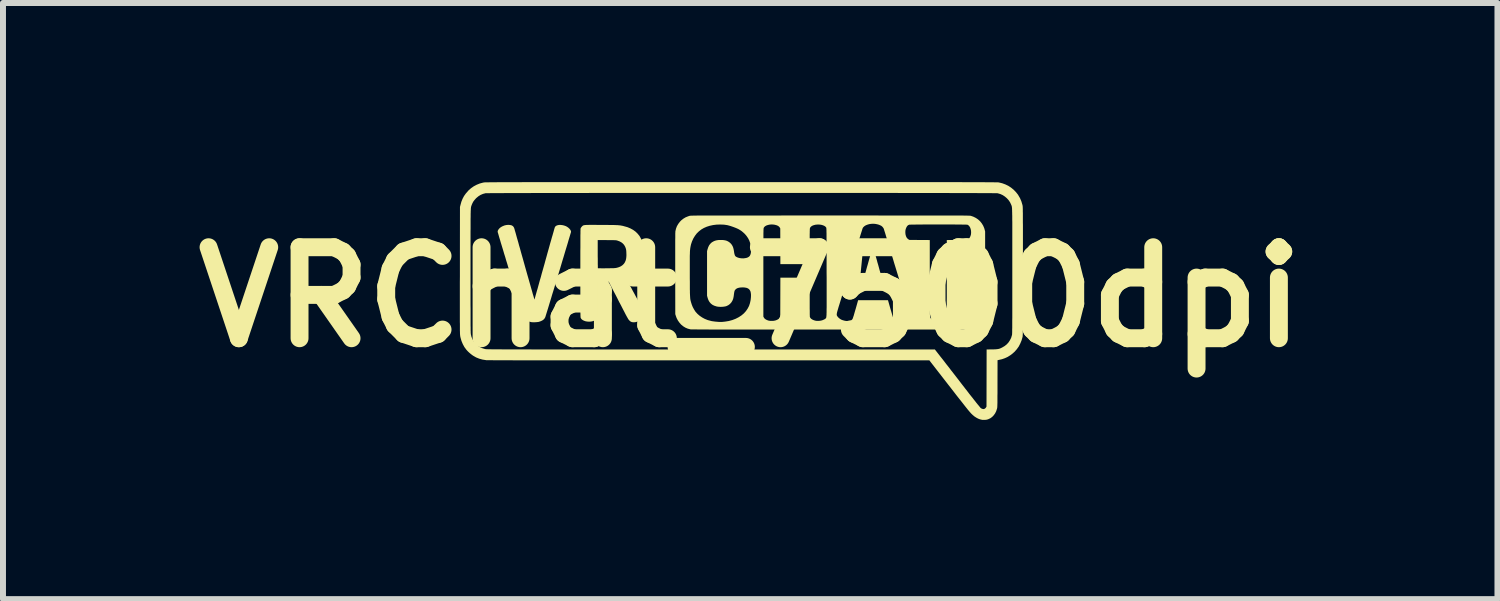
<source format=kicad_pcb>
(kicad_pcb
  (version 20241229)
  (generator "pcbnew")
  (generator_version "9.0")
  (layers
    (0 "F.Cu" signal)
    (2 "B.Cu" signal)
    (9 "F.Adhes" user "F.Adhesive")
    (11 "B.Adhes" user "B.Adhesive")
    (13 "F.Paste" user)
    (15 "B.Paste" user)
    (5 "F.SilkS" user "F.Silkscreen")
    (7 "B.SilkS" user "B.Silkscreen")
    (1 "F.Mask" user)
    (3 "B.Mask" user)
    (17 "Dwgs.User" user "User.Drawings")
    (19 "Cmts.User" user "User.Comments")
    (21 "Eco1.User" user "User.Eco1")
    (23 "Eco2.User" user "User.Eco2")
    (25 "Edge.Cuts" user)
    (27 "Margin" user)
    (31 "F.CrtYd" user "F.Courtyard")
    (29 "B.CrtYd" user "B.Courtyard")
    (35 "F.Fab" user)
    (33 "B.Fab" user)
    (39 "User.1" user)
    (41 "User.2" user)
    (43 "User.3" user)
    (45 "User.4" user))
  (footprint "VRChat_7500dpi"
    (layer "F.Cu")
    (at 9.514 1.925)
    (property "Reference" "VRChat_7500dpi" (at 0 0 0) (layer "F.SilkS") (effects (font (size 1.524 1.524) (thickness 0.3))))
    (attr board_only exclude_from_pos_files exclude_from_bom)
    (fp_poly (pts (xy 2.056 -0.848) (xy 2.057 -0.844) (xy 2.059 -0.837) (xy 2.063 -0.825) (xy 2.068 -0.807) (xy 2.074 -0.784) (xy 2.081 -0.758) (xy 2.09 -0.728) (xy 2.099 -0.695) (xy 2.109 -0.659) (xy 2.12 -0.621) (xy 2.13 -0.582) (xy 2.142 -0.542) (xy 2.153 -0.502) (xy 2.164 -0.461) (xy 2.175 -0.422) (xy 2.186 -0.383) (xy 2.196 -0.347) (xy 2.205 -0.312) (xy 2.214 -0.281) (xy 2.222 -0.252) (xy 2.229 -0.228) (xy 2.234 -0.208) (xy 2.238 -0.193) (xy 2.241 -0.183) (xy 2.242 -0.179) (xy 2.242 -0.179) (xy 2.239 -0.179) (xy 2.229 -0.178) (xy 2.213 -0.177) (xy 2.191 -0.177) (xy 2.164 -0.177) (xy 2.131 -0.176) (xy 2.094 -0.176) (xy 2.054 -0.176) (xy 2.015 -0.176) (xy 1.98 -0.176) (xy 1.948 -0.177) (xy 1.921 -0.177) (xy 1.899 -0.177) (xy 1.882 -0.178) (xy 1.871 -0.178) (xy 1.866 -0.179) (xy 1.866 -0.179) (xy 1.867 -0.183) (xy 1.87 -0.193) (xy 1.874 -0.208) (xy 1.879 -0.228) (xy 1.886 -0.252) (xy 1.894 -0.28) (xy 1.903 -0.312) (xy 1.912 -0.346) (xy 1.922 -0.383) (xy 1.933 -0.421) (xy 1.944 -0.461) (xy 1.955 -0.501) (xy 1.967 -0.542) (xy 1.978 -0.582) (xy 1.989 -0.621) (xy 2 -0.659) (xy 2.01 -0.695) (xy 2.019 -0.728) (xy 2.028 -0.759) (xy 2.035 -0.786) (xy 2.042 -0.809) (xy 2.047 -0.827) (xy 2.051 -0.84) (xy 2.053 -0.848) (xy 2.054 -0.849)) (stroke (width 0) (type solid)) (fill yes) (layer "F.SilkS"))
    (fp_poly (pts (xy -4.021 -1.207) (xy -3.996 -1.201) (xy -3.977 -1.19) (xy -3.963 -1.175) (xy -3.953 -1.156) (xy -3.952 -1.153) (xy -3.951 -1.148) (xy -3.947 -1.137) (xy -3.943 -1.12) (xy -3.936 -1.097) (xy -3.928 -1.07) (xy -3.919 -1.037) (xy -3.909 -1) (xy -3.897 -0.959) (xy -3.884 -0.914) (xy -3.871 -0.865) (xy -3.856 -0.814) (xy -3.841 -0.759) (xy -3.825 -0.702) (xy -3.808 -0.643) (xy -3.791 -0.582) (xy -3.781 -0.546) (xy -3.764 -0.485) (xy -3.747 -0.425) (xy -3.731 -0.368) (xy -3.715 -0.313) (xy -3.7 -0.26) (xy -3.686 -0.211) (xy -3.673 -0.165) (xy -3.661 -0.123) (xy -3.65 -0.085) (xy -3.641 -0.051) (xy -3.632 -0.022) (xy -3.625 0.002) (xy -3.62 0.02) (xy -3.616 0.033) (xy -3.614 0.04) (xy -3.613 0.041) (xy -3.612 0.038) (xy -3.609 0.028) (xy -3.605 0.013) (xy -3.599 -0.008) (xy -3.592 -0.035) (xy -3.583 -0.066) (xy -3.573 -0.102) (xy -3.561 -0.142) (xy -3.549 -0.186) (xy -3.536 -0.233) (xy -3.522 -0.284) (xy -3.506 -0.338) (xy -3.491 -0.395) (xy -3.474 -0.454) (xy -3.457 -0.514) (xy -3.444 -0.56) (xy -3.427 -0.623) (xy -3.41 -0.683) (xy -3.394 -0.742) (xy -3.378 -0.798) (xy -3.363 -0.852) (xy -3.349 -0.903) (xy -3.335 -0.95) (xy -3.323 -0.994) (xy -3.311 -1.034) (xy -3.301 -1.069) (xy -3.292 -1.1) (xy -3.285 -1.126) (xy -3.279 -1.147) (xy -3.274 -1.162) (xy -3.271 -1.171) (xy -3.27 -1.173) (xy -3.259 -1.187) (xy -3.243 -1.197) (xy -3.223 -1.204) (xy -3.2 -1.208) (xy -3.174 -1.208) (xy -3.147 -1.205) (xy -3.12 -1.199) (xy -3.093 -1.19) (xy -3.069 -1.178) (xy -3.049 -1.164) (xy -3.031 -1.148) (xy -3.016 -1.131) (xy -3.006 -1.114) (xy -3.001 -1.098) (xy -3.001 -1.093) (xy -3.002 -1.089) (xy -3.004 -1.079) (xy -3.009 -1.064) (xy -3.015 -1.043) (xy -3.023 -1.016) (xy -3.032 -0.986) (xy -3.043 -0.95) (xy -3.054 -0.911) (xy -3.067 -0.868) (xy -3.081 -0.822) (xy -3.096 -0.773) (xy -3.111 -0.722) (xy -3.127 -0.668) (xy -3.144 -0.613) (xy -3.161 -0.556) (xy -3.178 -0.498) (xy -3.196 -0.439) (xy -3.214 -0.38) (xy -3.232 -0.321) (xy -3.25 -0.262) (xy -3.267 -0.204) (xy -3.284 -0.147) (xy -3.301 -0.092) (xy -3.318 -0.038) (xy -3.333 0.014) (xy -3.348 0.063) (xy -3.362 0.109) (xy -3.375 0.152) (xy -3.387 0.192) (xy -3.398 0.227) (xy -3.408 0.259) (xy -3.416 0.285) (xy -3.423 0.307) (xy -3.428 0.323) (xy -3.431 0.334) (xy -3.433 0.338) (xy -3.444 0.358) (xy -3.461 0.377) (xy -3.484 0.393) (xy -3.513 0.406) (xy -3.534 0.413) (xy -3.549 0.417) (xy -3.569 0.419) (xy -3.591 0.421) (xy -3.615 0.422) (xy -3.637 0.422) (xy -3.655 0.421) (xy -3.665 0.42) (xy -3.701 0.411) (xy -3.733 0.399) (xy -3.758 0.383) (xy -3.778 0.365) (xy -3.791 0.344) (xy -3.793 0.339) (xy -3.797 0.328) (xy -3.802 0.311) (xy -3.81 0.288) (xy -3.818 0.261) (xy -3.828 0.229) (xy -3.839 0.193) (xy -3.852 0.153) (xy -3.865 0.109) (xy -3.88 0.062) (xy -3.895 0.013) (xy -3.911 -0.04) (xy -3.928 -0.094) (xy -3.945 -0.15) (xy -3.963 -0.207) (xy -3.981 -0.266) (xy -3.999 -0.325) (xy -4.017 -0.384) (xy -4.035 -0.443) (xy -4.053 -0.502) (xy -4.07 -0.56) (xy -4.088 -0.617) (xy -4.104 -0.673) (xy -4.121 -0.726) (xy -4.136 -0.778) (xy -4.151 -0.827) (xy -4.165 -0.873) (xy -4.178 -0.915) (xy -4.189 -0.954) (xy -4.2 -0.989) (xy -4.209 -1.02) (xy -4.216 -1.045) (xy -4.222 -1.066) (xy -4.227 -1.081) (xy -4.229 -1.091) (xy -4.23 -1.094) (xy -4.227 -1.112) (xy -4.217 -1.13) (xy -4.203 -1.148) (xy -4.184 -1.165) (xy -4.16 -1.18) (xy -4.15 -1.185) (xy -4.119 -1.198) (xy -4.088 -1.206) (xy -4.055 -1.209) (xy -4.05 -1.209)) (stroke (width 0) (type solid)) (fill yes) (layer "F.SilkS"))
    (fp_poly (pts (xy -2.632 -1.209) (xy -2.593 -1.209) (xy -2.548 -1.208) (xy -2.496 -1.208) (xy -2.492 -1.208) (xy -2.441 -1.208) (xy -2.395 -1.208) (xy -2.356 -1.207) (xy -2.322 -1.207) (xy -2.292 -1.207) (xy -2.267 -1.206) (xy -2.245 -1.205) (xy -2.226 -1.205) (xy -2.209 -1.203) (xy -2.194 -1.202) (xy -2.181 -1.2) (xy -2.168 -1.199) (xy -2.156 -1.196) (xy -2.143 -1.194) (xy -2.13 -1.191) (xy -2.115 -1.187) (xy -2.112 -1.186) (xy -2.057 -1.171) (xy -2.007 -1.15) (xy -1.961 -1.125) (xy -1.921 -1.096) (xy -1.886 -1.062) (xy -1.855 -1.024) (xy -1.831 -0.981) (xy -1.819 -0.955) (xy -1.804 -0.913) (xy -1.794 -0.867) (xy -1.786 -0.817) (xy -1.783 -0.766) (xy -1.783 -0.713) (xy -1.787 -0.662) (xy -1.795 -0.612) (xy -1.807 -0.566) (xy -1.812 -0.55) (xy -1.832 -0.503) (xy -1.857 -0.46) (xy -1.888 -0.421) (xy -1.924 -0.385) (xy -1.964 -0.355) (xy -2.008 -0.329) (xy -2.017 -0.325) (xy -2.031 -0.318) (xy -2.045 -0.313) (xy -2.056 -0.309) (xy -2.058 -0.308) (xy -2.067 -0.305) (xy -2.071 -0.301) (xy -2.072 -0.3) (xy -2.07 -0.297) (xy -2.065 -0.288) (xy -2.057 -0.273) (xy -2.047 -0.255) (xy -2.035 -0.232) (xy -2.02 -0.205) (xy -2.004 -0.174) (xy -1.986 -0.141) (xy -1.967 -0.105) (xy -1.946 -0.067) (xy -1.925 -0.028) (xy -1.922 -0.022) (xy -1.773 0.252) (xy -1.773 0.274) (xy -1.776 0.299) (xy -1.786 0.323) (xy -1.801 0.346) (xy -1.821 0.368) (xy -1.846 0.387) (xy -1.876 0.404) (xy -1.894 0.412) (xy -1.916 0.419) (xy -1.94 0.422) (xy -1.964 0.422) (xy -1.985 0.418) (xy -1.99 0.416) (xy -2.005 0.409) (xy -2.02 0.396) (xy -2.028 0.388) (xy -2.031 0.384) (xy -2.035 0.38) (xy -2.039 0.374) (xy -2.044 0.367) (xy -2.049 0.358) (xy -2.055 0.347) (xy -2.063 0.334) (xy -2.072 0.317) (xy -2.083 0.297) (xy -2.095 0.274) (xy -2.109 0.246) (xy -2.126 0.214) (xy -2.145 0.177) (xy -2.167 0.134) (xy -2.188 0.095) (xy -2.209 0.054) (xy -2.229 0.014) (xy -2.249 -0.025) (xy -2.268 -0.061) (xy -2.286 -0.095) (xy -2.302 -0.126) (xy -2.316 -0.154) (xy -2.328 -0.177) (xy -2.338 -0.196) (xy -2.345 -0.21) (xy -2.348 -0.218) (xy -2.369 -0.257) (xy -2.463 -0.257) (xy -2.557 -0.257) (xy -2.557 0.341) (xy -2.565 0.356) (xy -2.577 0.372) (xy -2.594 0.385) (xy -2.617 0.397) (xy -2.644 0.406) (xy -2.673 0.411) (xy -2.702 0.412) (xy -2.731 0.41) (xy -2.759 0.405) (xy -2.784 0.396) (xy -2.806 0.385) (xy -2.824 0.371) (xy -2.836 0.355) (xy -2.838 0.351) (xy -2.839 0.349) (xy -2.84 0.347) (xy -2.84 0.344) (xy -2.841 0.34) (xy -2.841 0.335) (xy -2.842 0.328) (xy -2.842 0.32) (xy -2.843 0.31) (xy -2.843 0.297) (xy -2.843 0.282) (xy -2.844 0.264) (xy -2.844 0.242) (xy -2.844 0.218) (xy -2.844 0.189) (xy -2.844 0.157) (xy -2.844 0.121) (xy -2.844 0.08) (xy -2.845 0.034) (xy -2.845 -0.017) (xy -2.845 -0.073) (xy -2.845 -0.134) (xy -2.845 -0.201) (xy -2.845 -0.275) (xy -2.845 -0.355) (xy -2.845 -0.399) (xy -2.845 -0.486) (xy -2.845 -0.567) (xy -2.845 -0.642) (xy -2.845 -0.71) (xy -2.845 -0.772) (xy -2.844 -0.829) (xy -2.844 -0.88) (xy -2.844 -0.926) (xy -2.844 -0.955) (xy -2.554 -0.955) (xy -2.554 -0.72) (xy -2.554 -0.681) (xy -2.553 -0.644) (xy -2.553 -0.609) (xy -2.553 -0.577) (xy -2.553 -0.549) (xy -2.552 -0.525) (xy -2.552 -0.506) (xy -2.552 -0.493) (xy -2.551 -0.485) (xy -2.551 -0.483) (xy -2.547 -0.482) (xy -2.537 -0.482) (xy -2.522 -0.482) (xy -2.502 -0.482) (xy -2.479 -0.481) (xy -2.452 -0.481) (xy -2.422 -0.482) (xy -2.408 -0.482) (xy -2.373 -0.482) (xy -2.344 -0.483) (xy -2.32 -0.483) (xy -2.3 -0.484) (xy -2.284 -0.484) (xy -2.272 -0.485) (xy -2.261 -0.486) (xy -2.252 -0.487) (xy -2.243 -0.489) (xy -2.235 -0.49) (xy -2.198 -0.501) (xy -2.165 -0.516) (xy -2.138 -0.535) (xy -2.115 -0.558) (xy -2.098 -0.584) (xy -2.097 -0.587) (xy -2.086 -0.612) (xy -2.079 -0.639) (xy -2.075 -0.669) (xy -2.073 -0.703) (xy -2.074 -0.73) (xy -2.075 -0.759) (xy -2.077 -0.783) (xy -2.08 -0.801) (xy -2.081 -0.806) (xy -2.093 -0.84) (xy -2.11 -0.87) (xy -2.132 -0.896) (xy -2.159 -0.917) (xy -2.191 -0.934) (xy -2.222 -0.945) (xy -2.228 -0.947) (xy -2.234 -0.949) (xy -2.241 -0.95) (xy -2.249 -0.951) (xy -2.259 -0.952) (xy -2.271 -0.952) (xy -2.287 -0.953) (xy -2.307 -0.953) (xy -2.331 -0.954) (xy -2.361 -0.954) (xy -2.397 -0.954) (xy -2.4 -0.954) (xy -2.554 -0.955) (xy -2.844 -0.955) (xy -2.844 -0.967) (xy -2.844 -1.003) (xy -2.844 -1.035) (xy -2.843 -1.062) (xy -2.843 -1.085) (xy -2.843 -1.104) (xy -2.842 -1.12) (xy -2.842 -1.132) (xy -2.842 -1.141) (xy -2.841 -1.146) (xy -2.841 -1.149) (xy -2.835 -1.161) (xy -2.825 -1.175) (xy -2.819 -1.181) (xy -2.815 -1.186) (xy -2.81 -1.19) (xy -2.806 -1.194) (xy -2.801 -1.197) (xy -2.796 -1.2) (xy -2.789 -1.202) (xy -2.78 -1.204) (xy -2.769 -1.206) (xy -2.756 -1.207) (xy -2.739 -1.208) (xy -2.719 -1.208) (xy -2.694 -1.209) (xy -2.666 -1.209)) (stroke (width 0) (type solid)) (fill yes) (layer "F.SilkS"))
    (fp_poly (pts (xy 0.449 -1.925) (xy 0.634 -1.925) (xy 0.814 -1.925) (xy 0.987 -1.925) (xy 1.154 -1.925) (xy 1.315 -1.925) (xy 1.47 -1.925) (xy 1.619 -1.925) (xy 1.763 -1.925) (xy 1.901 -1.925) (xy 2.033 -1.925) (xy 2.161 -1.925) (xy 2.283 -1.925) (xy 2.4 -1.925) (xy 2.512 -1.925) (xy 2.619 -1.925) (xy 2.721 -1.925) (xy 2.819 -1.925) (xy 2.912 -1.925) (xy 3 -1.925) (xy 3.085 -1.925) (xy 3.165 -1.925) (xy 3.241 -1.925) (xy 3.312 -1.925) (xy 3.381 -1.925) (xy 3.445 -1.925) (xy 3.505 -1.925) (xy 3.562 -1.924) (xy 3.616 -1.924) (xy 3.666 -1.924) (xy 3.713 -1.924) (xy 3.757 -1.924) (xy 3.798 -1.924) (xy 3.836 -1.924) (xy 3.871 -1.924) (xy 3.904 -1.924) (xy 3.934 -1.923) (xy 3.961 -1.923) (xy 3.986 -1.923) (xy 4.009 -1.923) (xy 4.03 -1.923) (xy 4.049 -1.923) (xy 4.066 -1.923) (xy 4.081 -1.922) (xy 4.094 -1.922) (xy 4.106 -1.922) (xy 4.117 -1.922) (xy 4.126 -1.922) (xy 4.134 -1.921) (xy 4.14 -1.921) (xy 4.146 -1.921) (xy 4.151 -1.921) (xy 4.155 -1.92) (xy 4.158 -1.92) (xy 4.161 -1.92) (xy 4.163 -1.92) (xy 4.165 -1.919) (xy 4.166 -1.919) (xy 4.22 -1.906) (xy 4.272 -1.887) (xy 4.322 -1.863) (xy 4.368 -1.833) (xy 4.411 -1.798) (xy 4.45 -1.758) (xy 4.484 -1.715) (xy 4.512 -1.667) (xy 4.518 -1.657) (xy 4.541 -1.603) (xy 4.558 -1.546) (xy 4.561 -1.534) (xy 4.561 -1.531) (xy 4.562 -1.528) (xy 4.562 -1.524) (xy 4.563 -1.52) (xy 4.563 -1.514) (xy 4.564 -1.508) (xy 4.564 -1.5) (xy 4.564 -1.49) (xy 4.565 -1.478) (xy 4.565 -1.464) (xy 4.565 -1.448) (xy 4.565 -1.43) (xy 4.566 -1.408) (xy 4.566 -1.384) (xy 4.566 -1.356) (xy 4.566 -1.325) (xy 4.566 -1.29) (xy 4.566 -1.251) (xy 4.567 -1.208) (xy 4.567 -1.161) (xy 4.567 -1.109) (xy 4.567 -1.052) (xy 4.567 -0.991) (xy 4.567 -0.924) (xy 4.567 -0.851) (xy 4.567 -0.773) (xy 4.567 -0.689) (xy 4.567 -0.599) (xy 4.567 -0.502) (xy 4.567 -0.433) (xy 4.567 -0.332) (xy 4.567 -0.238) (xy 4.567 -0.15) (xy 4.567 -0.067) (xy 4.567 0.009) (xy 4.567 0.08) (xy 4.567 0.145) (xy 4.567 0.205) (xy 4.567 0.26) (xy 4.567 0.31) (xy 4.567 0.356) (xy 4.566 0.398) (xy 4.566 0.435) (xy 4.566 0.469) (xy 4.566 0.499) (xy 4.566 0.525) (xy 4.566 0.549) (xy 4.565 0.569) (xy 4.565 0.587) (xy 4.565 0.602) (xy 4.565 0.615) (xy 4.564 0.626) (xy 4.564 0.636) (xy 4.563 0.643) (xy 4.563 0.649) (xy 4.563 0.654) (xy 4.562 0.659) (xy 4.562 0.662) (xy 4.561 0.665) (xy 4.561 0.667) (xy 4.545 0.724) (xy 4.523 0.777) (xy 4.497 0.828) (xy 4.464 0.874) (xy 4.427 0.916) (xy 4.385 0.953) (xy 4.355 0.975) (xy 4.31 1.003) (xy 4.264 1.024) (xy 4.215 1.041) (xy 4.161 1.053) (xy 4.155 1.055) (xy 4.142 1.057) (xy 4.141 1.45) (xy 4.141 1.51) (xy 4.141 1.564) (xy 4.141 1.611) (xy 4.14 1.653) (xy 4.14 1.69) (xy 4.14 1.722) (xy 4.14 1.749) (xy 4.14 1.773) (xy 4.139 1.793) (xy 4.139 1.809) (xy 4.138 1.823) (xy 4.138 1.834) (xy 4.137 1.843) (xy 4.137 1.85) (xy 4.136 1.856) (xy 4.135 1.861) (xy 4.134 1.865) (xy 4.133 1.869) (xy 4.132 1.872) (xy 4.119 1.912) (xy 4.101 1.948) (xy 4.078 1.98) (xy 4.052 2.007) (xy 4.022 2.029) (xy 3.988 2.045) (xy 3.973 2.05) (xy 3.957 2.054) (xy 3.937 2.056) (xy 3.916 2.057) (xy 3.897 2.057) (xy 3.884 2.056) (xy 3.849 2.048) (xy 3.817 2.036) (xy 3.787 2.02) (xy 3.756 2) (xy 3.725 1.974) (xy 3.701 1.951) (xy 3.695 1.945) (xy 3.689 1.937) (xy 3.68 1.928) (xy 3.671 1.917) (xy 3.66 1.904) (xy 3.647 1.889) (xy 3.633 1.871) (xy 3.616 1.85) (xy 3.597 1.826) (xy 3.575 1.798) (xy 3.551 1.767) (xy 3.524 1.733) (xy 3.493 1.694) (xy 3.459 1.651) (xy 3.422 1.603) (xy 3.381 1.55) (xy 3.336 1.492) (xy 3.331 1.486) (xy 3 1.06) (xy -0.696 1.06) (xy -0.91 1.06) (xy -1.117 1.06) (xy -1.317 1.06) (xy -1.511 1.06) (xy -1.698 1.06) (xy -1.878 1.06) (xy -2.052 1.06) (xy -2.219 1.06) (xy -2.38 1.06) (xy -2.535 1.06) (xy -2.683 1.06) (xy -2.825 1.06) (xy -2.96 1.06) (xy -3.089 1.059) (xy -3.212 1.059) (xy -3.329 1.059) (xy -3.44 1.059) (xy -3.544 1.059) (xy -3.643 1.059) (xy -3.735 1.059) (xy -3.822 1.059) (xy -3.902 1.059) (xy -3.977 1.059) (xy -4.046 1.058) (xy -4.109 1.058) (xy -4.166 1.058) (xy -4.217 1.058) (xy -4.263 1.058) (xy -4.303 1.058) (xy -4.337 1.057) (xy -4.366 1.057) (xy -4.389 1.057) (xy -4.406 1.057) (xy -4.419 1.057) (xy -4.425 1.057) (xy -4.426 1.056) (xy -4.483 1.047) (xy -4.538 1.032) (xy -4.59 1.011) (xy -4.639 0.983) (xy -4.648 0.977) (xy -4.666 0.964) (xy -4.686 0.948) (xy -4.707 0.93) (xy -4.727 0.911) (xy -4.743 0.894) (xy -4.753 0.883) (xy -4.787 0.837) (xy -4.814 0.787) (xy -4.836 0.734) (xy -4.852 0.678) (xy -4.857 0.654) (xy -4.857 0.65) (xy -4.858 0.646) (xy -4.858 0.642) (xy -4.859 0.637) (xy -4.859 0.631) (xy -4.86 0.624) (xy -4.86 0.616) (xy -4.861 0.607) (xy -4.861 0.596) (xy -4.861 0.583) (xy -4.862 0.567) (xy -4.862 0.55) (xy -4.862 0.529) (xy -4.862 0.506) (xy -4.862 0.48) (xy -4.862 0.45) (xy -4.863 0.417) (xy -4.863 0.38) (xy -4.863 0.339) (xy -4.863 0.294) (xy -4.863 0.244) (xy -4.863 0.189) (xy -4.863 0.13) (xy -4.863 0.066) (xy -4.863 -0.004) (xy -4.863 -0.08) (xy -4.863 -0.161) (xy -4.863 -0.249) (xy -4.862 -0.343) (xy -4.862 -0.443) (xy -4.862 -0.447) (xy -4.862 -0.76) (xy -4.684 -0.76) (xy -4.684 -0.676) (xy -4.684 -0.586) (xy -4.684 -0.49) (xy -4.684 -0.433) (xy -4.684 -0.334) (xy -4.684 -0.24) (xy -4.684 -0.153) (xy -4.684 -0.072) (xy -4.684 0.003) (xy -4.684 0.072) (xy -4.684 0.136) (xy -4.683 0.195) (xy -4.683 0.249) (xy -4.683 0.298) (xy -4.683 0.343) (xy -4.683 0.383) (xy -4.683 0.419) (xy -4.683 0.451) (xy -4.683 0.48) (xy -4.682 0.505) (xy -4.682 0.528) (xy -4.682 0.547) (xy -4.682 0.563) (xy -4.681 0.577) (xy -4.681 0.589) (xy -4.681 0.598) (xy -4.68 0.606) (xy -4.68 0.612) (xy -4.679 0.617) (xy -4.679 0.621) (xy -4.679 0.621) (xy -4.669 0.664) (xy -4.654 0.702) (xy -4.633 0.738) (xy -4.607 0.771) (xy -4.599 0.78) (xy -4.566 0.811) (xy -4.53 0.836) (xy -4.491 0.855) (xy -4.449 0.868) (xy -4.438 0.871) (xy -4.437 0.871) (xy -4.435 0.871) (xy -4.432 0.872) (xy -4.429 0.872) (xy -4.426 0.872) (xy -4.422 0.873) (xy -4.417 0.873) (xy -4.411 0.873) (xy -4.404 0.873) (xy -4.395 0.874) (xy -4.386 0.874) (xy -4.374 0.874) (xy -4.362 0.874) (xy -4.347 0.874) (xy -4.331 0.875) (xy -4.313 0.875) (xy -4.293 0.875) (xy -4.27 0.875) (xy -4.246 0.875) (xy -4.219 0.875) (xy -4.189 0.875) (xy -4.157 0.876) (xy -4.122 0.876) (xy -4.085 0.876) (xy -4.044 0.876) (xy -4 0.876) (xy -3.953 0.876) (xy -3.902 0.876) (xy -3.848 0.876) (xy -3.791 0.876) (xy -3.73 0.876) (xy -3.665 0.877) (xy -3.596 0.877) (xy -3.523 0.877) (xy -3.446 0.877) (xy -3.364 0.877) (xy -3.278 0.877) (xy -3.188 0.877) (xy -3.093 0.877) (xy -2.993 0.877) (xy -2.888 0.877) (xy -2.779 0.877) (xy -2.664 0.877) (xy -2.544 0.877) (xy -2.418 0.877) (xy -2.287 0.877) (xy -2.151 0.877) (xy -2.009 0.877) (xy -1.861 0.877) (xy -1.707 0.877) (xy -1.547 0.877) (xy -1.381 0.877) (xy -1.208 0.877) (xy -1.029 0.877) (xy -0.844 0.877) (xy -0.658 0.877) (xy 3.092 0.877) (xy 3.171 0.978) (xy 3.187 0.999) (xy 3.208 1.025) (xy 3.231 1.054) (xy 3.256 1.087) (xy 3.282 1.121) (xy 3.31 1.156) (xy 3.338 1.192) (xy 3.365 1.228) (xy 3.389 1.258) (xy 3.425 1.305) (xy 3.457 1.346) (xy 3.486 1.383) (xy 3.511 1.416) (xy 3.534 1.446) (xy 3.554 1.472) (xy 3.573 1.496) (xy 3.59 1.518) (xy 3.605 1.538) (xy 3.62 1.556) (xy 3.633 1.574) (xy 3.647 1.591) (xy 3.66 1.609) (xy 3.674 1.627) (xy 3.689 1.646) (xy 3.705 1.666) (xy 3.723 1.688) (xy 3.742 1.713) (xy 3.749 1.722) (xy 3.77 1.748) (xy 3.789 1.773) (xy 3.807 1.795) (xy 3.824 1.815) (xy 3.838 1.832) (xy 3.849 1.846) (xy 3.857 1.855) (xy 3.861 1.859) (xy 3.874 1.867) (xy 3.89 1.873) (xy 3.905 1.876) (xy 3.908 1.876) (xy 3.916 1.874) (xy 3.926 1.87) (xy 3.929 1.869) (xy 3.938 1.861) (xy 3.947 1.851) (xy 3.949 1.848) (xy 3.957 1.834) (xy 3.958 1.356) (xy 3.959 0.878) (xy 4.048 0.876) (xy 4.08 0.876) (xy 4.106 0.875) (xy 4.127 0.873) (xy 4.145 0.871) (xy 4.161 0.868) (xy 4.176 0.864) (xy 4.191 0.858) (xy 4.206 0.851) (xy 4.222 0.843) (xy 4.261 0.82) (xy 4.296 0.792) (xy 4.326 0.759) (xy 4.35 0.722) (xy 4.37 0.682) (xy 4.383 0.638) (xy 4.384 0.633) (xy 4.385 0.63) (xy 4.385 0.625) (xy 4.386 0.62) (xy 4.386 0.612) (xy 4.386 0.602) (xy 4.387 0.59) (xy 4.387 0.576) (xy 4.387 0.559) (xy 4.387 0.539) (xy 4.388 0.517) (xy 4.388 0.49) (xy 4.388 0.461) (xy 4.388 0.427) (xy 4.388 0.39) (xy 4.389 0.348) (xy 4.389 0.302) (xy 4.389 0.251) (xy 4.389 0.196) (xy 4.389 0.135) (xy 4.389 0.07) (xy 4.389 -0.002) (xy 4.389 -0.079) (xy 4.389 -0.162) (xy 4.389 -0.251) (xy 4.389 -0.346) (xy 4.389 -0.432) (xy 4.389 -0.533) (xy 4.389 -0.627) (xy 4.389 -0.715) (xy 4.389 -0.797) (xy 4.389 -0.873) (xy 4.389 -0.943) (xy 4.389 -1.008) (xy 4.389 -1.068) (xy 4.389 -1.123) (xy 4.389 -1.173) (xy 4.389 -1.219) (xy 4.389 -1.26) (xy 4.388 -1.297) (xy 4.388 -1.331) (xy 4.388 -1.361) (xy 4.387 -1.388) (xy 4.387 -1.411) (xy 4.386 -1.432) (xy 4.386 -1.45) (xy 4.385 -1.465) (xy 4.385 -1.479) (xy 4.384 -1.49) (xy 4.383 -1.5) (xy 4.382 -1.508) (xy 4.381 -1.515) (xy 4.38 -1.52) (xy 4.379 -1.525) (xy 4.377 -1.53) (xy 4.376 -1.534) (xy 4.374 -1.537) (xy 4.373 -1.541) (xy 4.371 -1.545) (xy 4.369 -1.55) (xy 4.351 -1.588) (xy 4.327 -1.623) (xy 4.298 -1.655) (xy 4.265 -1.683) (xy 4.229 -1.707) (xy 4.19 -1.725) (xy 4.149 -1.737) (xy 4.139 -1.739) (xy 4.134 -1.74) (xy 4.123 -1.74) (xy 4.105 -1.74) (xy 4.081 -1.74) (xy 4.051 -1.74) (xy 4.014 -1.741) (xy 3.972 -1.741) (xy 3.925 -1.741) (xy 3.871 -1.741) (xy 3.813 -1.741) (xy 3.749 -1.742) (xy 3.68 -1.742) (xy 3.606 -1.742) (xy 3.528 -1.742) (xy 3.445 -1.742) (xy 3.357 -1.742) (xy 3.266 -1.743) (xy 3.17 -1.743) (xy 3.07 -1.743) (xy 2.966 -1.743) (xy 2.859 -1.743) (xy 2.748 -1.743) (xy 2.634 -1.743) (xy 2.517 -1.743) (xy 2.397 -1.744) (xy 2.273 -1.744) (xy 2.148 -1.744) (xy 2.019 -1.744) (xy 1.888 -1.744) (xy 1.755 -1.744) (xy 1.62 -1.744) (xy 1.483 -1.744) (xy 1.344 -1.744) (xy 1.204 -1.744) (xy 1.062 -1.744) (xy 0.919 -1.744) (xy 0.775 -1.744) (xy 0.63 -1.744) (xy 0.483 -1.744) (xy 0.337 -1.744) (xy 0.189 -1.744) (xy 0.042 -1.744) (xy -0.106 -1.744) (xy -0.254 -1.744) (xy -0.402 -1.744) (xy -0.549 -1.744) (xy -0.696 -1.744) (xy -0.843 -1.744) (xy -0.988 -1.744) (xy -1.133 -1.744) (xy -1.277 -1.744) (xy -1.42 -1.744) (xy -1.561 -1.744) (xy -1.701 -1.744) (xy -1.839 -1.744) (xy -1.975 -1.744) (xy -2.109 -1.744) (xy -2.241 -1.744) (xy -2.371 -1.744) (xy -2.498 -1.744) (xy -2.623 -1.744) (xy -2.745 -1.743) (xy -2.864 -1.743) (xy -2.98 -1.743) (xy -3.092 -1.743) (xy -3.201 -1.743) (xy -3.307 -1.743) (xy -3.409 -1.743) (xy -3.507 -1.743) (xy -3.601 -1.743) (xy -3.691 -1.742) (xy -3.777 -1.742) (xy -3.858 -1.742) (xy -3.934 -1.742) (xy -4.006 -1.742) (xy -4.072 -1.742) (xy -4.134 -1.741) (xy -4.19 -1.741) (xy -4.241 -1.741) (xy -4.286 -1.741) (xy -4.326 -1.741) (xy -4.359 -1.74) (xy -4.387 -1.74) (xy -4.408 -1.74) (xy -4.423 -1.74) (xy -4.431 -1.739) (xy -4.433 -1.739) (xy -4.475 -1.728) (xy -4.515 -1.711) (xy -4.552 -1.688) (xy -4.588 -1.658) (xy -4.593 -1.653) (xy -4.617 -1.626) (xy -4.637 -1.6) (xy -4.652 -1.572) (xy -4.664 -1.544) (xy -4.666 -1.539) (xy -4.667 -1.534) (xy -4.669 -1.53) (xy -4.671 -1.526) (xy -4.672 -1.521) (xy -4.673 -1.517) (xy -4.675 -1.511) (xy -4.676 -1.505) (xy -4.677 -1.497) (xy -4.678 -1.489) (xy -4.679 -1.478) (xy -4.679 -1.466) (xy -4.68 -1.452) (xy -4.681 -1.435) (xy -4.681 -1.417) (xy -4.682 -1.395) (xy -4.682 -1.37) (xy -4.682 -1.342) (xy -4.683 -1.311) (xy -4.683 -1.276) (xy -4.683 -1.238) (xy -4.683 -1.195) (xy -4.683 -1.148) (xy -4.684 -1.096) (xy -4.684 -1.039) (xy -4.684 -0.978) (xy -4.684 -0.911) (xy -4.684 -0.839) (xy -4.684 -0.76) (xy -4.862 -0.76) (xy -4.861 -1.509) (xy -4.852 -1.544) (xy -4.837 -1.598) (xy -4.817 -1.647) (xy -4.793 -1.692) (xy -4.764 -1.733) (xy -4.729 -1.773) (xy -4.72 -1.784) (xy -4.677 -1.822) (xy -4.63 -1.855) (xy -4.581 -1.881) (xy -4.529 -1.902) (xy -4.473 -1.917) (xy -4.46 -1.919) (xy -4.458 -1.919) (xy -4.456 -1.92) (xy -4.454 -1.92) (xy -4.451 -1.92) (xy -4.447 -1.92) (xy -4.443 -1.921) (xy -4.438 -1.921) (xy -4.432 -1.921) (xy -4.425 -1.921) (xy -4.416 -1.922) (xy -4.407 -1.922) (xy -4.396 -1.922) (xy -4.384 -1.922) (xy -4.37 -1.922) (xy -4.354 -1.923) (xy -4.336 -1.923) (xy -4.317 -1.923) (xy -4.295 -1.923) (xy -4.272 -1.923) (xy -4.246 -1.923) (xy -4.217 -1.924) (xy -4.186 -1.924) (xy -4.153 -1.924) (xy -4.117 -1.924) (xy -4.078 -1.924) (xy -4.036 -1.924) (xy -3.991 -1.924) (xy -3.943 -1.924) (xy -3.892 -1.924) (xy -3.837 -1.924) (xy -3.779 -1.925) (xy -3.717 -1.925) (xy -3.652 -1.925) (xy -3.582 -1.925) (xy -3.509 -1.925) (xy -3.432 -1.925) (xy -3.35 -1.925) (xy -3.265 -1.925) (xy -3.175 -1.925) (xy -3.08 -1.925) (xy -2.981 -1.925) (xy -2.877 -1.925) (xy -2.768 -1.925) (xy -2.655 -1.925) (xy -2.536 -1.925) (xy -2.412 -1.925) (xy -2.283 -1.925) (xy -2.149 -1.925) (xy -2.009 -1.925) (xy -1.864 -1.925) (xy -1.712 -1.925) (xy -1.555 -1.925) (xy -1.392 -1.925) (xy -1.223 -1.925) (xy -1.048 -1.925) (xy -0.867 -1.925) (xy -0.679 -1.925) (xy -0.485 -1.925) (xy 0.257 -1.925)) (stroke (width 0) (type solid)) (fill yes) (layer "F.SilkS"))
    (fp_poly (pts (xy 1.634 -1.367) (xy 1.772 -1.367) (xy 1.903 -1.367) (xy 2.028 -1.367) (xy 2.148 -1.366) (xy 2.261 -1.366) (xy 2.368 -1.366) (xy 2.47 -1.366) (xy 2.567 -1.366) (xy 2.658 -1.366) (xy 2.744 -1.366) (xy 2.826 -1.366) (xy 2.902 -1.366) (xy 2.974 -1.366) (xy 3.041 -1.366) (xy 3.104 -1.366) (xy 3.162 -1.366) (xy 3.217 -1.366) (xy 3.267 -1.366) (xy 3.314 -1.366) (xy 3.357 -1.366) (xy 3.397 -1.365) (xy 3.433 -1.365) (xy 3.466 -1.365) (xy 3.497 -1.365) (xy 3.524 -1.365) (xy 3.548 -1.365) (xy 3.571 -1.365) (xy 3.59 -1.364) (xy 3.607 -1.364) (xy 3.623 -1.364) (xy 3.636 -1.364) (xy 3.647 -1.363) (xy 3.657 -1.363) (xy 3.665 -1.363) (xy 3.672 -1.363) (xy 3.678 -1.362) (xy 3.682 -1.362) (xy 3.686 -1.362) (xy 3.689 -1.361) (xy 3.691 -1.361) (xy 3.693 -1.361) (xy 3.693 -1.361) (xy 3.737 -1.346) (xy 3.779 -1.325) (xy 3.816 -1.3) (xy 3.849 -1.27) (xy 3.877 -1.235) (xy 3.901 -1.196) (xy 3.919 -1.154) (xy 3.926 -1.129) (xy 3.934 -1.099) (xy 3.934 0.286) (xy 3.924 0.316) (xy 3.907 0.36) (xy 3.886 0.4) (xy 3.86 0.435) (xy 3.838 0.458) (xy 3.807 0.484) (xy 3.775 0.505) (xy 3.74 0.522) (xy 3.706 0.534) (xy 3.676 0.544) (xy 1.35 0.544) (xy 1.197 0.544) (xy 1.051 0.544) (xy 0.911 0.544) (xy 0.778 0.544) (xy 0.65 0.544) (xy 0.529 0.544) (xy 0.414 0.544) (xy 0.305 0.544) (xy 0.201 0.544) (xy 0.103 0.544) (xy 0.01 0.544) (xy -0.078 0.544) (xy -0.161 0.544) (xy -0.238 0.544) (xy -0.311 0.544) (xy -0.38 0.544) (xy -0.444 0.544) (xy -0.503 0.544) (xy -0.559 0.544) (xy -0.61 0.544) (xy -0.657 0.544) (xy -0.701 0.543) (xy -0.741 0.543) (xy -0.777 0.543) (xy -0.811 0.543) (xy -0.84 0.543) (xy -0.867 0.543) (xy -0.891 0.542) (xy -0.913 0.542) (xy -0.931 0.542) (xy -0.947 0.542) (xy -0.961 0.542) (xy -0.973 0.541) (xy -0.982 0.541) (xy -0.99 0.541) (xy -0.996 0.541) (xy -1 0.54) (xy -1.003 0.54) (xy -1.003 0.54) (xy -1.046 0.529) (xy -1.086 0.512) (xy -1.123 0.489) (xy -1.157 0.461) (xy -1.186 0.428) (xy -1.212 0.391) (xy -1.233 0.351) (xy -1.245 0.317) (xy -1.255 0.286) (xy -1.256 -0.396) (xy -1.256 -0.483) (xy -1.256 -0.544) (xy -1.012 -0.544) (xy -1.012 -0.496) (xy -1.012 -0.442) (xy -1.012 -0.381) (xy -1.012 -0.369) (xy -1.012 -0.31) (xy -1.011 -0.257) (xy -1.011 -0.21) (xy -1.011 -0.168) (xy -1.011 -0.131) (xy -1.01 -0.099) (xy -1.01 -0.072) (xy -1.009 -0.048) (xy -1.008 -0.027) (xy -1.007 -0.009) (xy -1.006 0.007) (xy -1.005 0.02) (xy -1.004 0.032) (xy -1.002 0.043) (xy -1 0.053) (xy -0.998 0.063) (xy -0.995 0.073) (xy -0.992 0.084) (xy -0.99 0.091) (xy -0.978 0.129) (xy -0.962 0.168) (xy -0.942 0.205) (xy -0.922 0.237) (xy -0.914 0.248) (xy -0.883 0.282) (xy -0.847 0.313) (xy -0.806 0.341) (xy -0.762 0.365) (xy -0.715 0.384) (xy -0.698 0.389) (xy -0.644 0.403) (xy -0.586 0.411) (xy -0.527 0.416) (xy -0.469 0.416) (xy -0.421 0.411) (xy -0.359 0.401) (xy -0.3 0.385) (xy -0.245 0.364) (xy -0.194 0.338) (xy -0.177 0.327) (xy 0.22 0.327) (xy 0.228 0.342) (xy 0.239 0.358) (xy 0.256 0.372) (xy 0.278 0.384) (xy 0.303 0.393) (xy 0.317 0.396) (xy 0.331 0.398) (xy 0.35 0.399) (xy 0.37 0.399) (xy 0.388 0.398) (xy 0.402 0.396) (xy 0.428 0.39) (xy 0.452 0.38) (xy 0.473 0.368) (xy 0.488 0.354) (xy 0.495 0.345) (xy 0.503 0.33) (xy 0.505 -0.325) (xy 0.996 -0.325) (xy 0.996 -0.003) (xy 0.996 0.053) (xy 0.996 0.104) (xy 0.996 0.151) (xy 0.996 0.193) (xy 0.997 0.231) (xy 0.997 0.262) (xy 0.997 0.288) (xy 0.998 0.309) (xy 0.998 0.323) (xy 0.999 0.331) (xy 0.999 0.332) (xy 1.007 0.349) (xy 1.021 0.364) (xy 1.041 0.377) (xy 1.066 0.388) (xy 1.089 0.395) (xy 1.116 0.399) (xy 1.145 0.399) (xy 1.175 0.396) (xy 1.203 0.39) (xy 1.228 0.38) (xy 1.25 0.369) (xy 1.257 0.363) (xy 1.26 0.361) (xy 1.262 0.359) (xy 1.265 0.357) (xy 1.267 0.356) (xy 1.268 0.354) (xy 1.27 0.351) (xy 1.271 0.347) (xy 1.273 0.343) (xy 1.274 0.336) (xy 1.275 0.328) (xy 1.276 0.318) (xy 1.277 0.306) (xy 1.278 0.291) (xy 1.278 0.29) (xy 1.449 0.29) (xy 1.449 0.299) (xy 1.451 0.307) (xy 1.454 0.314) (xy 1.456 0.317) (xy 1.468 0.334) (xy 1.485 0.351) (xy 1.506 0.367) (xy 1.529 0.38) (xy 1.554 0.389) (xy 1.555 0.389) (xy 1.585 0.397) (xy 1.612 0.401) (xy 1.636 0.402) (xy 1.659 0.399) (xy 1.662 0.398) (xy 1.681 0.392) (xy 1.696 0.386) (xy 1.706 0.376) (xy 1.712 0.369) (xy 1.715 0.363) (xy 1.72 0.351) (xy 1.725 0.334) (xy 1.733 0.312) (xy 1.741 0.283) (xy 1.751 0.248) (xy 1.763 0.207) (xy 1.764 0.205) (xy 1.807 0.052) (xy 2.307 0.052) (xy 2.35 0.203) (xy 2.36 0.236) (xy 2.369 0.267) (xy 2.377 0.295) (xy 2.384 0.319) (xy 2.391 0.339) (xy 2.396 0.354) (xy 2.399 0.364) (xy 2.401 0.367) (xy 2.414 0.381) (xy 2.432 0.392) (xy 2.456 0.399) (xy 2.462 0.4) (xy 2.489 0.402) (xy 2.516 0.399) (xy 2.544 0.393) (xy 2.571 0.384) (xy 2.596 0.372) (xy 2.619 0.358) (xy 2.638 0.342) (xy 2.653 0.325) (xy 2.663 0.307) (xy 2.665 0.298) (xy 2.666 0.285) (xy 2.665 0.273) (xy 2.665 0.272) (xy 2.664 0.267) (xy 2.661 0.256) (xy 2.656 0.24) (xy 2.649 0.218) (xy 2.641 0.191) (xy 2.632 0.16) (xy 2.621 0.124) (xy 2.609 0.084) (xy 2.596 0.041) (xy 2.582 -0.005) (xy 2.567 -0.055) (xy 2.551 -0.107) (xy 2.535 -0.16) (xy 2.518 -0.216) (xy 2.501 -0.273) (xy 2.484 -0.331) (xy 2.466 -0.39) (xy 2.448 -0.449) (xy 2.43 -0.508) (xy 2.412 -0.566) (xy 2.395 -0.624) (xy 2.378 -0.68) (xy 2.361 -0.735) (xy 2.345 -0.788) (xy 2.33 -0.839) (xy 2.315 -0.887) (xy 2.301 -0.932) (xy 2.289 -0.974) (xy 2.277 -1.012) (xy 2.267 -1.046) (xy 2.258 -1.076) (xy 2.251 -1.098) (xy 2.598 -1.098) (xy 2.598 -1.074) (xy 2.602 -1.042) (xy 2.611 -1.014) (xy 2.623 -0.991) (xy 2.64 -0.974) (xy 2.652 -0.965) (xy 2.667 -0.957) (xy 3.007 -0.955) (xy 3.007 -0.315) (xy 3.007 -0.236) (xy 3.007 -0.165) (xy 3.007 -0.099) (xy 3.007 -0.039) (xy 3.007 0.015) (xy 3.007 0.063) (xy 3.008 0.107) (xy 3.008 0.146) (xy 3.008 0.181) (xy 3.008 0.211) (xy 3.008 0.237) (xy 3.009 0.26) (xy 3.009 0.279) (xy 3.01 0.296) (xy 3.011 0.31) (xy 3.011 0.321) (xy 3.012 0.33) (xy 3.013 0.337) (xy 3.015 0.342) (xy 3.016 0.347) (xy 3.017 0.35) (xy 3.019 0.352) (xy 3.021 0.354) (xy 3.023 0.356) (xy 3.025 0.358) (xy 3.027 0.36) (xy 3.045 0.375) (xy 3.068 0.387) (xy 3.095 0.395) (xy 3.125 0.4) (xy 3.155 0.401) (xy 3.186 0.398) (xy 3.206 0.394) (xy 3.232 0.386) (xy 3.254 0.374) (xy 3.271 0.36) (xy 3.283 0.345) (xy 3.288 0.333) (xy 3.289 0.328) (xy 3.289 0.317) (xy 3.29 0.3) (xy 3.29 0.277) (xy 3.29 0.248) (xy 3.291 0.213) (xy 3.291 0.172) (xy 3.291 0.124) (xy 3.291 0.069) (xy 3.292 0.009) (xy 3.292 -0.059) (xy 3.292 -0.133) (xy 3.292 -0.213) (xy 3.292 -0.3) (xy 3.292 -0.317) (xy 3.292 -0.955) (xy 3.462 -0.956) (xy 3.632 -0.957) (xy 3.648 -0.966) (xy 3.664 -0.979) (xy 3.677 -0.997) (xy 3.688 -1.02) (xy 3.696 -1.046) (xy 3.699 -1.073) (xy 3.699 -1.08) (xy 3.698 -1.11) (xy 3.692 -1.138) (xy 3.684 -1.162) (xy 3.672 -1.183) (xy 3.658 -1.199) (xy 3.642 -1.21) (xy 3.635 -1.212) (xy 3.63 -1.213) (xy 3.618 -1.213) (xy 3.601 -1.214) (xy 3.578 -1.214) (xy 3.55 -1.214) (xy 3.519 -1.215) (xy 3.483 -1.215) (xy 3.443 -1.215) (xy 3.401 -1.216) (xy 3.356 -1.216) (xy 3.31 -1.216) (xy 3.261 -1.216) (xy 3.212 -1.216) (xy 3.162 -1.216) (xy 3.112 -1.216) (xy 3.062 -1.216) (xy 3.013 -1.216) (xy 2.965 -1.216) (xy 2.92 -1.216) (xy 2.876 -1.215) (xy 2.835 -1.215) (xy 2.797 -1.215) (xy 2.763 -1.214) (xy 2.733 -1.214) (xy 2.708 -1.214) (xy 2.687 -1.213) (xy 2.673 -1.213) (xy 2.664 -1.212) (xy 2.662 -1.212) (xy 2.645 -1.204) (xy 2.631 -1.192) (xy 2.619 -1.174) (xy 2.616 -1.168) (xy 2.606 -1.144) (xy 2.6 -1.122) (xy 2.598 -1.098) (xy 2.251 -1.098) (xy 2.25 -1.1) (xy 2.244 -1.12) (xy 2.24 -1.134) (xy 2.237 -1.142) (xy 2.237 -1.144) (xy 2.227 -1.161) (xy 2.213 -1.178) (xy 2.195 -1.193) (xy 2.185 -1.198) (xy 2.156 -1.211) (xy 2.124 -1.22) (xy 2.09 -1.226) (xy 2.056 -1.228) (xy 2.023 -1.226) (xy 1.991 -1.221) (xy 1.961 -1.212) (xy 1.934 -1.201) (xy 1.911 -1.186) (xy 1.893 -1.169) (xy 1.885 -1.157) (xy 1.883 -1.152) (xy 1.879 -1.142) (xy 1.874 -1.125) (xy 1.867 -1.103) (xy 1.858 -1.075) (xy 1.848 -1.043) (xy 1.837 -1.007) (xy 1.824 -0.966) (xy 1.81 -0.921) (xy 1.796 -0.872) (xy 1.78 -0.821) (xy 1.763 -0.766) (xy 1.746 -0.709) (xy 1.728 -0.65) (xy 1.709 -0.589) (xy 1.693 -0.537) (xy 1.674 -0.473) (xy 1.655 -0.41) (xy 1.636 -0.348) (xy 1.618 -0.287) (xy 1.6 -0.229) (xy 1.583 -0.173) (xy 1.567 -0.12) (xy 1.552 -0.069) (xy 1.538 -0.023) (xy 1.525 0.02) (xy 1.513 0.059) (xy 1.503 0.092) (xy 1.494 0.121) (xy 1.487 0.144) (xy 1.481 0.162) (xy 1.479 0.169) (xy 1.47 0.201) (xy 1.462 0.227) (xy 1.456 0.249) (xy 1.452 0.266) (xy 1.45 0.279) (xy 1.449 0.29) (xy 1.278 0.29) (xy 1.278 0.274) (xy 1.279 0.253) (xy 1.279 0.23) (xy 1.279 0.202) (xy 1.28 0.171) (xy 1.28 0.135) (xy 1.28 0.096) (xy 1.28 0.051) (xy 1.28 0.002) (xy 1.28 -0.053) (xy 1.28 -0.113) (xy 1.28 -0.178) (xy 1.28 -0.25) (xy 1.28 -0.328) (xy 1.279 -0.412) (xy 1.279 -0.415) (xy 1.279 -0.498) (xy 1.279 -0.575) (xy 1.279 -0.646) (xy 1.279 -0.711) (xy 1.279 -0.77) (xy 1.279 -0.823) (xy 1.279 -0.872) (xy 1.278 -0.915) (xy 1.278 -0.954) (xy 1.278 -0.989) (xy 1.278 -1.019) (xy 1.278 -1.046) (xy 1.278 -1.069) (xy 1.277 -1.088) (xy 1.277 -1.105) (xy 1.277 -1.119) (xy 1.276 -1.131) (xy 1.276 -1.14) (xy 1.275 -1.147) (xy 1.275 -1.153) (xy 1.274 -1.157) (xy 1.274 -1.16) (xy 1.273 -1.162) (xy 1.273 -1.164) (xy 1.272 -1.164) (xy 1.261 -1.178) (xy 1.245 -1.19) (xy 1.224 -1.2) (xy 1.199 -1.208) (xy 1.172 -1.213) (xy 1.144 -1.215) (xy 1.116 -1.214) (xy 1.09 -1.211) (xy 1.06 -1.203) (xy 1.036 -1.193) (xy 1.018 -1.18) (xy 1.005 -1.165) (xy 1 -1.152) (xy 0.999 -1.147) (xy 0.998 -1.138) (xy 0.998 -1.124) (xy 0.997 -1.106) (xy 0.997 -1.082) (xy 0.996 -1.052) (xy 0.996 -1.017) (xy 0.996 -0.976) (xy 0.996 -0.929) (xy 0.996 -0.875) (xy 0.996 -0.846) (xy 0.996 -0.552) (xy 0.505 -0.552) (xy 0.504 -0.851) (xy 0.503 -1.15) (xy 0.495 -1.164) (xy 0.483 -1.179) (xy 0.466 -1.192) (xy 0.444 -1.202) (xy 0.415 -1.21) (xy 0.411 -1.211) (xy 0.382 -1.215) (xy 0.352 -1.216) (xy 0.323 -1.213) (xy 0.296 -1.207) (xy 0.272 -1.199) (xy 0.252 -1.188) (xy 0.236 -1.174) (xy 0.227 -1.16) (xy 0.226 -1.159) (xy 0.225 -1.156) (xy 0.225 -1.154) (xy 0.224 -1.15) (xy 0.224 -1.145) (xy 0.223 -1.139) (xy 0.223 -1.131) (xy 0.222 -1.121) (xy 0.222 -1.108) (xy 0.222 -1.093) (xy 0.221 -1.076) (xy 0.221 -1.055) (xy 0.221 -1.031) (xy 0.221 -1.003) (xy 0.221 -0.971) (xy 0.221 -0.935) (xy 0.22 -0.895) (xy 0.22 -0.85) (xy 0.22 -0.8) (xy 0.22 -0.745) (xy 0.22 -0.684) (xy 0.22 -0.618) (xy 0.22 -0.545) (xy 0.22 -0.466) (xy 0.22 -0.41) (xy 0.22 0.327) (xy -0.177 0.327) (xy -0.148 0.308) (xy -0.145 0.306) (xy -0.105 0.272) (xy -0.071 0.234) (xy -0.043 0.193) (xy -0.02 0.149) (xy -0.004 0.101) (xy 0.007 0.049) (xy 0.012 0.001) (xy 0.013 -0.037) (xy 0.01 -0.068) (xy 0.004 -0.095) (xy -0.007 -0.116) (xy -0.021 -0.133) (xy -0.04 -0.146) (xy -0.064 -0.155) (xy -0.093 -0.16) (xy -0.119 -0.162) (xy -0.155 -0.161) (xy -0.187 -0.157) (xy -0.214 -0.149) (xy -0.236 -0.137) (xy -0.252 -0.121) (xy -0.262 -0.105) (xy -0.264 -0.097) (xy -0.267 -0.084) (xy -0.27 -0.067) (xy -0.272 -0.049) (xy -0.273 -0.046) (xy -0.276 -0.019) (xy -0.28 0.003) (xy -0.284 0.022) (xy -0.289 0.038) (xy -0.296 0.054) (xy -0.3 0.064) (xy -0.318 0.092) (xy -0.34 0.116) (xy -0.367 0.136) (xy -0.398 0.151) (xy -0.415 0.156) (xy -0.438 0.16) (xy -0.465 0.163) (xy -0.494 0.164) (xy -0.522 0.163) (xy -0.549 0.16) (xy -0.567 0.156) (xy -0.604 0.144) (xy -0.635 0.128) (xy -0.661 0.107) (xy -0.683 0.081) (xy -0.7 0.051) (xy -0.713 0.015) (xy -0.715 0.007) (xy -0.723 -0.022) (xy -0.723 -0.77) (xy -0.715 -0.799) (xy -0.703 -0.836) (xy -0.688 -0.867) (xy -0.669 -0.892) (xy -0.647 -0.913) (xy -0.64 -0.918) (xy -0.616 -0.932) (xy -0.591 -0.943) (xy -0.565 -0.95) (xy -0.535 -0.955) (xy -0.501 -0.956) (xy -0.489 -0.956) (xy -0.452 -0.955) (xy -0.42 -0.95) (xy -0.392 -0.942) (xy -0.368 -0.93) (xy -0.346 -0.915) (xy -0.334 -0.905) (xy -0.318 -0.888) (xy -0.305 -0.87) (xy -0.294 -0.85) (xy -0.285 -0.827) (xy -0.278 -0.8) (xy -0.272 -0.768) (xy -0.271 -0.758) (xy -0.267 -0.733) (xy -0.262 -0.714) (xy -0.257 -0.699) (xy -0.251 -0.688) (xy -0.243 -0.68) (xy -0.233 -0.673) (xy -0.233 -0.673) (xy -0.207 -0.661) (xy -0.178 -0.653) (xy -0.146 -0.649) (xy -0.114 -0.648) (xy -0.083 -0.652) (xy -0.055 -0.658) (xy -0.037 -0.666) (xy -0.021 -0.676) (xy -0.008 -0.689) (xy 0.001 -0.706) (xy 0.008 -0.727) (xy 0.012 -0.752) (xy 0.013 -0.783) (xy 0.013 -0.809) (xy 0.008 -0.859) (xy -0.001 -0.904) (xy -0.016 -0.947) (xy -0.036 -0.986) (xy -0.062 -1.024) (xy -0.09 -1.057) (xy -0.116 -1.081) (xy -0.142 -1.103) (xy -0.17 -1.122) (xy -0.201 -1.14) (xy -0.237 -1.156) (xy -0.278 -1.172) (xy -0.295 -1.178) (xy -0.327 -1.189) (xy -0.355 -1.197) (xy -0.381 -1.204) (xy -0.407 -1.208) (xy -0.435 -1.212) (xy -0.447 -1.213) (xy -0.506 -1.215) (xy -0.565 -1.213) (xy -0.622 -1.206) (xy -0.677 -1.194) (xy -0.728 -1.178) (xy -0.776 -1.157) (xy -0.819 -1.132) (xy -0.819 -1.132) (xy -0.859 -1.101) (xy -0.895 -1.066) (xy -0.926 -1.025) (xy -0.953 -0.981) (xy -0.975 -0.932) (xy -0.992 -0.881) (xy -0.999 -0.848) (xy -1.001 -0.837) (xy -1.003 -0.825) (xy -1.005 -0.813) (xy -1.006 -0.801) (xy -1.008 -0.787) (xy -1.009 -0.772) (xy -1.01 -0.755) (xy -1.01 -0.736) (xy -1.011 -0.713) (xy -1.012 -0.688) (xy -1.012 -0.658) (xy -1.012 -0.625) (xy -1.012 -0.587) (xy -1.012 -0.544) (xy -1.256 -0.544) (xy -1.256 -0.564) (xy -1.256 -0.638) (xy -1.256 -0.706) (xy -1.256 -0.768) (xy -1.256 -0.824) (xy -1.256 -0.874) (xy -1.256 -0.919) (xy -1.256 -0.958) (xy -1.255 -0.993) (xy -1.255 -1.022) (xy -1.255 -1.047) (xy -1.255 -1.067) (xy -1.254 -1.082) (xy -1.254 -1.094) (xy -1.253 -1.101) (xy -1.253 -1.103) (xy -1.243 -1.146) (xy -1.227 -1.188) (xy -1.204 -1.227) (xy -1.177 -1.262) (xy -1.156 -1.284) (xy -1.121 -1.312) (xy -1.083 -1.335) (xy -1.041 -1.352) (xy -1.014 -1.361) (xy -1.012 -1.361) (xy -1.01 -1.361) (xy -1.007 -1.362) (xy -1.004 -1.362) (xy -0.999 -1.362) (xy -0.994 -1.363) (xy -0.987 -1.363) (xy -0.979 -1.363) (xy -0.969 -1.363) (xy -0.958 -1.364) (xy -0.945 -1.364) (xy -0.93 -1.364) (xy -0.913 -1.364) (xy -0.894 -1.365) (xy -0.872 -1.365) (xy -0.847 -1.365) (xy -0.82 -1.365) (xy -0.791 -1.365) (xy -0.758 -1.365) (xy -0.722 -1.365) (xy -0.682 -1.366) (xy -0.639 -1.366) (xy -0.593 -1.366) (xy -0.543 -1.366) (xy -0.489 -1.366) (xy -0.43 -1.366) (xy -0.368 -1.366) (xy -0.301 -1.366) (xy -0.23 -1.366) (xy -0.154 -1.366) (xy -0.074 -1.366) (xy 0.012 -1.366) (xy 0.103 -1.366) (xy 0.199 -1.366) (xy 0.3 -1.366) (xy 0.407 -1.366) (xy 0.52 -1.366) (xy 0.639 -1.367) (xy 0.763 -1.367) (xy 0.894 -1.367) (xy 1.031 -1.367) (xy 1.174 -1.367) (xy 1.49 -1.367)) (stroke (width 0) (type solid)) (fill yes) (layer "F.SilkS")))
  (gr_rect
    (start -3 -3)
    (end 22.028 6.983)
    (stroke (width 0.1) (type default))
    (fill no)
    (layer "Edge.Cuts")))
</source>
